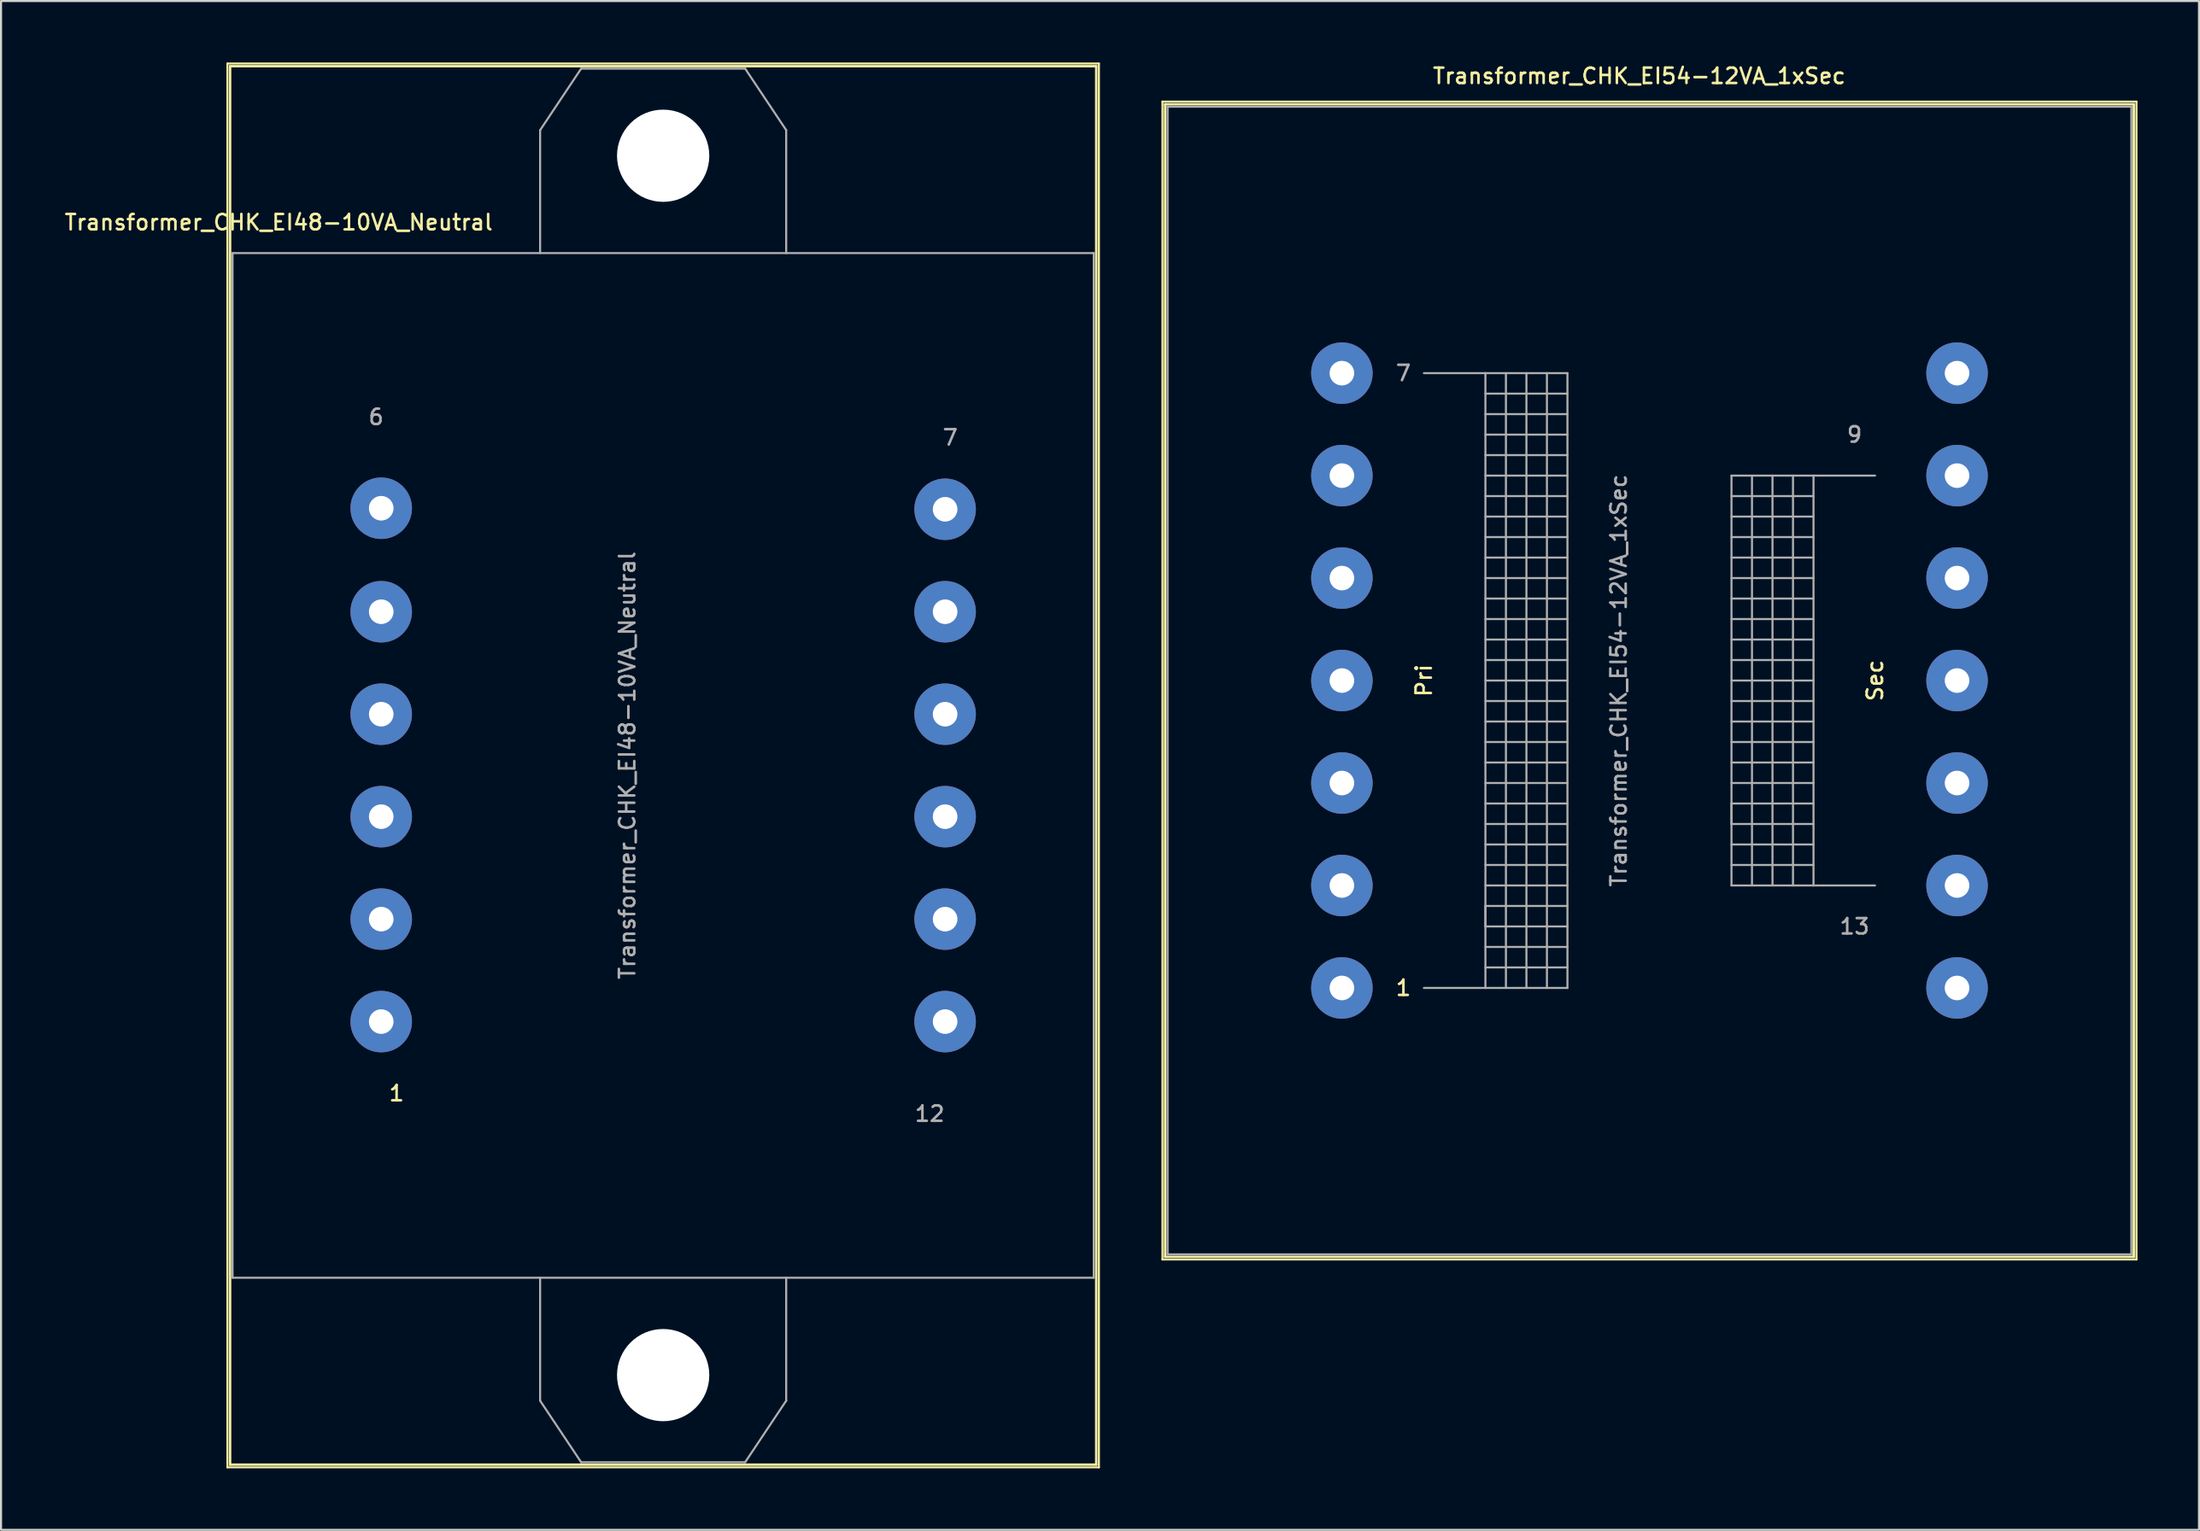
<source format=kicad_pcb>
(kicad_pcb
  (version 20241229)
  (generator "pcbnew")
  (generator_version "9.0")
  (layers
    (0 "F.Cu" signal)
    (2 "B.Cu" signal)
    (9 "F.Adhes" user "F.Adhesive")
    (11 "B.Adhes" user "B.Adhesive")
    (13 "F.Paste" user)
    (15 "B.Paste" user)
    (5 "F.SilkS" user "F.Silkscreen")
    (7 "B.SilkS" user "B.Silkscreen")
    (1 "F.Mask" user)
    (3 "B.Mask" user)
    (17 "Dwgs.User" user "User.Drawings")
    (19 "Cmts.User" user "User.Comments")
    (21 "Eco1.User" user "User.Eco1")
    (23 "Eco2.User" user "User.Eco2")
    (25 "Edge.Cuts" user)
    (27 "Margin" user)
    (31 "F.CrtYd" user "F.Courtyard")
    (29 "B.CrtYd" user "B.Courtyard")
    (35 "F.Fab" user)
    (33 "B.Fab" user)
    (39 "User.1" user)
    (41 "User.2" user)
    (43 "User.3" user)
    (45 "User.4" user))
  (footprint "Transformer_CHK_EI54-12VA_1xSec"
    (layer "F.Cu")
    (at 62.391 45.158)
    (property "Reference" "Transformer_CHK_EI54-12VA_1xSec" (at 14.5 -44.5 0) (layer "F.SilkS") (effects (font (size 0.75 0.75) (thickness 0.125))))
    (attr through_hole)
    (fp_line (start -8.75 -43.25) (end -8.75 13.25) (stroke (width 0.1) (type solid)) (layer "F.SilkS"))
    (fp_line (start -8.75 -43.25) (end 38.75 -43.25) (stroke (width 0.1) (type solid)) (layer "F.SilkS"))
    (fp_line (start -8.62 -43.12) (end -8.62 13.12) (stroke (width 0.12) (type solid)) (layer "F.SilkS"))
    (fp_line (start -8.62 -43.12) (end 38.62 -43.12) (stroke (width 0.12) (type solid)) (layer "F.SilkS"))
    (fp_line (start 38.62 13.12) (end -8.62 13.12) (stroke (width 0.12) (type solid)) (layer "F.SilkS"))
    (fp_line (start 38.62 13.12) (end 38.62 -43.12) (stroke (width 0.12) (type solid)) (layer "F.SilkS"))
    (fp_line (start 38.75 13.25) (end -8.75 13.25) (stroke (width 0.1) (type solid)) (layer "F.SilkS"))
    (fp_line (start 38.75 13.25) (end 38.75 -43.25) (stroke (width 0.1) (type solid)) (layer "F.SilkS"))
    (fp_line (start -8.5 -43) (end -8.5 13) (stroke (width 0.1) (type solid)) (layer "F.Fab"))
    (fp_line (start -8.5 13) (end 38.5 13) (stroke (width 0.1) (type solid)) (layer "F.Fab"))
    (fp_line (start 4 -30) (end 7 -30) (stroke (width 0.1) (type solid)) (layer "F.Fab"))
    (fp_line (start 7 -30) (end 7 0) (stroke (width 0.1) (type solid)) (layer "F.Fab"))
    (fp_line (start 7 -30) (end 11 -30) (stroke (width 0.1) (type solid)) (layer "F.Fab"))
    (fp_line (start 7 -29) (end 11 -29) (stroke (width 0.1) (type solid)) (layer "F.Fab"))
    (fp_line (start 7 -27) (end 11 -27) (stroke (width 0.1) (type solid)) (layer "F.Fab"))
    (fp_line (start 7 -25) (end 11 -25) (stroke (width 0.1) (type solid)) (layer "F.Fab"))
    (fp_line (start 7 -23) (end 11 -23) (stroke (width 0.1) (type solid)) (layer "F.Fab"))
    (fp_line (start 7 -21) (end 11 -21) (stroke (width 0.1) (type solid)) (layer "F.Fab"))
    (fp_line (start 7 -19) (end 11 -19) (stroke (width 0.1) (type solid)) (layer "F.Fab"))
    (fp_line (start 7 -17) (end 11 -17) (stroke (width 0.1) (type solid)) (layer "F.Fab"))
    (fp_line (start 7 -15) (end 11 -15) (stroke (width 0.1) (type solid)) (layer "F.Fab"))
    (fp_line (start 7 -13) (end 11 -13) (stroke (width 0.1) (type solid)) (layer "F.Fab"))
    (fp_line (start 7 -11) (end 11 -11) (stroke (width 0.1) (type solid)) (layer "F.Fab"))
    (fp_line (start 7 -9) (end 11 -9) (stroke (width 0.1) (type solid)) (layer "F.Fab"))
    (fp_line (start 7 -7) (end 11 -7) (stroke (width 0.1) (type solid)) (layer "F.Fab"))
    (fp_line (start 7 -5) (end 11 -5) (stroke (width 0.1) (type solid)) (layer "F.Fab"))
    (fp_line (start 7 -4) (end 7 -3) (stroke (width 0.1) (type solid)) (layer "F.Fab"))
    (fp_line (start 7 -3) (end 11 -3) (stroke (width 0.1) (type solid)) (layer "F.Fab"))
    (fp_line (start 7 -1) (end 11 -1) (stroke (width 0.1) (type solid)) (layer "F.Fab"))
    (fp_line (start 7 0) (end 4 0) (stroke (width 0.1) (type solid)) (layer "F.Fab"))
    (fp_line (start 8 -30) (end 8 0) (stroke (width 0.1) (type solid)) (layer "F.Fab"))
    (fp_line (start 9 -30) (end 9 0) (stroke (width 0.1) (type solid)) (layer "F.Fab"))
    (fp_line (start 10 -12) (end 7 -12) (stroke (width 0.1) (type solid)) (layer "F.Fab"))
    (fp_line (start 10 -12) (end 11 -12) (stroke (width 0.1) (type solid)) (layer "F.Fab"))
    (fp_line (start 10 0) (end 10 -30) (stroke (width 0.1) (type solid)) (layer "F.Fab"))
    (fp_line (start 11 -30) (end 11 0) (stroke (width 0.1) (type solid)) (layer "F.Fab"))
    (fp_line (start 11 -28) (end 7 -28) (stroke (width 0.1) (type solid)) (layer "F.Fab"))
    (fp_line (start 11 -26) (end 7 -26) (stroke (width 0.1) (type solid)) (layer "F.Fab"))
    (fp_line (start 11 -24) (end 7 -24) (stroke (width 0.1) (type solid)) (layer "F.Fab"))
    (fp_line (start 11 -22) (end 7 -22) (stroke (width 0.1) (type solid)) (layer "F.Fab"))
    (fp_line (start 11 -20) (end 7 -20) (stroke (width 0.1) (type solid)) (layer "F.Fab"))
    (fp_line (start 11 -18) (end 7 -18) (stroke (width 0.1) (type solid)) (layer "F.Fab"))
    (fp_line (start 11 -16) (end 7 -16) (stroke (width 0.1) (type solid)) (layer "F.Fab"))
    (fp_line (start 11 -14) (end 7 -14) (stroke (width 0.1) (type solid)) (layer "F.Fab"))
    (fp_line (start 11 -10) (end 7 -10) (stroke (width 0.1) (type solid)) (layer "F.Fab"))
    (fp_line (start 11 -8) (end 7 -8) (stroke (width 0.1) (type solid)) (layer "F.Fab"))
    (fp_line (start 11 -6) (end 7 -6) (stroke (width 0.1) (type solid)) (layer "F.Fab"))
    (fp_line (start 11 -4) (end 7 -4) (stroke (width 0.1) (type solid)) (layer "F.Fab"))
    (fp_line (start 11 -2) (end 7 -2) (stroke (width 0.1) (type solid)) (layer "F.Fab"))
    (fp_line (start 11 0) (end 7 0) (stroke (width 0.1) (type solid)) (layer "F.Fab"))
    (fp_line (start 19 -25) (end 19 -5) (stroke (width 0.1) (type solid)) (layer "F.Fab"))
    (fp_line (start 19 -24) (end 23 -24) (stroke (width 0.1) (type solid)) (layer "F.Fab"))
    (fp_line (start 19 -22) (end 23 -22) (stroke (width 0.1) (type solid)) (layer "F.Fab"))
    (fp_line (start 19 -20) (end 23 -20) (stroke (width 0.1) (type solid)) (layer "F.Fab"))
    (fp_line (start 19 -18) (end 23 -18) (stroke (width 0.1) (type solid)) (layer "F.Fab"))
    (fp_line (start 19 -16) (end 23 -16) (stroke (width 0.1) (type solid)) (layer "F.Fab"))
    (fp_line (start 19 -14) (end 23 -14) (stroke (width 0.1) (type solid)) (layer "F.Fab"))
    (fp_line (start 19 -12) (end 23 -12) (stroke (width 0.1) (type solid)) (layer "F.Fab"))
    (fp_line (start 19 -10) (end 23 -10) (stroke (width 0.1) (type solid)) (layer "F.Fab"))
    (fp_line (start 19 -9) (end 19 -8) (stroke (width 0.1) (type solid)) (layer "F.Fab"))
    (fp_line (start 19 -8) (end 23 -8) (stroke (width 0.1) (type solid)) (layer "F.Fab"))
    (fp_line (start 19 -6) (end 23 -6) (stroke (width 0.1) (type solid)) (layer "F.Fab"))
    (fp_line (start 19 -5) (end 23 -5) (stroke (width 0.1) (type solid)) (layer "F.Fab"))
    (fp_line (start 20 -5) (end 20 -25) (stroke (width 0.1) (type solid)) (layer "F.Fab"))
    (fp_line (start 21 -25) (end 21 -5) (stroke (width 0.1) (type solid)) (layer "F.Fab"))
    (fp_line (start 22 -5) (end 22 -25) (stroke (width 0.1) (type solid)) (layer "F.Fab"))
    (fp_line (start 23 -25) (end 19 -25) (stroke (width 0.1) (type solid)) (layer "F.Fab"))
    (fp_line (start 23 -25) (end 23 -5) (stroke (width 0.1) (type solid)) (layer "F.Fab"))
    (fp_line (start 23 -23) (end 19 -23) (stroke (width 0.1) (type solid)) (layer "F.Fab"))
    (fp_line (start 23 -21) (end 19 -21) (stroke (width 0.1) (type solid)) (layer "F.Fab"))
    (fp_line (start 23 -19) (end 19 -19) (stroke (width 0.1) (type solid)) (layer "F.Fab"))
    (fp_line (start 23 -17) (end 19 -17) (stroke (width 0.1) (type solid)) (layer "F.Fab"))
    (fp_line (start 23 -15) (end 19 -15) (stroke (width 0.1) (type solid)) (layer "F.Fab"))
    (fp_line (start 23 -13) (end 19 -13) (stroke (width 0.1) (type solid)) (layer "F.Fab"))
    (fp_line (start 23 -11) (end 19 -11) (stroke (width 0.1) (type solid)) (layer "F.Fab"))
    (fp_line (start 23 -9) (end 19 -9) (stroke (width 0.1) (type solid)) (layer "F.Fab"))
    (fp_line (start 23 -7) (end 19 -7) (stroke (width 0.1) (type solid)) (layer "F.Fab"))
    (fp_line (start 23 -5) (end 26 -5) (stroke (width 0.1) (type solid)) (layer "F.Fab"))
    (fp_line (start 26 -25) (end 23 -25) (stroke (width 0.1) (type solid)) (layer "F.Fab"))
    (fp_line (start 38.5 -43) (end -8.5 -43) (stroke (width 0.1) (type solid)) (layer "F.Fab"))
    (fp_line (start 38.5 13) (end 38.5 -43) (stroke (width 0.1) (type solid)) (layer "F.Fab"))
    (fp_text user "Pri" (at 4 -15 90) (layer "F.SilkS") (effects (font (size 0.75 0.75) (thickness 0.125))))
    (fp_text user "1" (at 3 0 0) (layer "F.SilkS") (effects (font (size 0.75 0.75) (thickness 0.125))))
    (fp_text user "Sec" (at 26 -15 90) (layer "F.SilkS") (effects (font (size 0.75 0.75) (thickness 0.125))))
    (fp_text user "${REFERENCE}" (at 13.5 -15 90) (layer "F.Fab") (effects (font (size 0.75 0.75) (thickness 0.125))))
    (fp_text user "9" (at 25 -27 0) (layer "F.Fab") (effects (font (size 0.75 0.75) (thickness 0.125))))
    (fp_text user "13" (at 25 -3 0) (layer "F.Fab") (effects (font (size 0.75 0.75) (thickness 0.125))))
    (fp_text user "7" (at 3 -30 0) (layer "F.Fab") (effects (font (size 0.75 0.75) (thickness 0.125))))
    (pad "1" thru_hole circle (at 0 0) (size 3 3) (drill 1.2) (layers "*.Cu" "*.Mask"))
    (pad "2" thru_hole circle (at 0 -5) (size 3 3) (drill 1.2) (layers "*.Cu" "*.Mask"))
    (pad "3" thru_hole circle (at 0 -10) (size 3 3) (drill 1.2) (layers "*.Cu" "*.Mask"))
    (pad "4" thru_hole circle (at 0 -15) (size 3 3) (drill 1.2) (layers "*.Cu" "*.Mask"))
    (pad "5" thru_hole circle (at 0 -20) (size 3 3) (drill 1.2) (layers "*.Cu" "*.Mask"))
    (pad "6" thru_hole circle (at 0 -25) (size 3 3) (drill 1.2) (layers "*.Cu" "*.Mask"))
    (pad "7" thru_hole circle (at 0 -30) (size 3 3) (drill 1.2) (layers "*.Cu" "*.Mask"))
    (pad "8" thru_hole circle (at 30 -30) (size 3 3) (drill 1.2) (layers "*.Cu" "*.Mask"))
    (pad "9" thru_hole circle (at 30 -25) (size 3 3) (drill 1.2) (layers "*.Cu" "*.Mask"))
    (pad "10" thru_hole circle (at 30 -20) (size 3 3) (drill 1.2) (layers "*.Cu" "*.Mask"))
    (pad "11" thru_hole circle (at 30 -15) (size 3 3) (drill 1.2) (layers "*.Cu" "*.Mask"))
    (pad "12" thru_hole circle (at 30 -10) (size 3 3) (drill 1.2) (layers "*.Cu" "*.Mask"))
    (pad "13" thru_hole circle (at 30 -5) (size 3 3) (drill 1.2) (layers "*.Cu" "*.Mask"))
    (pad "14" thru_hole circle (at 30 0) (size 3 3) (drill 1.2) (layers "*.Cu" "*.Mask")))
  (footprint "Transformer_CHK_EI48-10VA_Neutral"
    (layer "F.Cu")
    (at 15.541 46.8)
    (property "Reference" "Transformer_CHK_EI48-10VA_Neutral" (at -5 -39 0) (layer "F.SilkS") (effects (font (size 0.75 0.75) (thickness 0.125))))
    (attr through_hole)
    (fp_line (start -7.5 -46.75) (end -7.5 21.75) (stroke (width 0.1) (type solid)) (layer "F.SilkS"))
    (fp_line (start -7.5 -46.75) (end 35 -46.75) (stroke (width 0.1) (type solid)) (layer "F.SilkS"))
    (fp_line (start -7.37 -46.62) (end -7.37 21.62) (stroke (width 0.12) (type solid)) (layer "F.SilkS"))
    (fp_line (start -7.37 -46.62) (end 34.87 -46.62) (stroke (width 0.12) (type solid)) (layer "F.SilkS"))
    (fp_line (start 34.87 21.62) (end -7.37 21.62) (stroke (width 0.12) (type solid)) (layer "F.SilkS"))
    (fp_line (start 34.87 21.62) (end 34.87 -46.62) (stroke (width 0.12) (type solid)) (layer "F.SilkS"))
    (fp_line (start 35 21.75) (end -7.5 21.75) (stroke (width 0.1) (type solid)) (layer "F.SilkS"))
    (fp_line (start 35 21.75) (end 35 -46.75) (stroke (width 0.1) (type solid)) (layer "F.SilkS"))
    (fp_line (start -7.25 -37.5) (end -7.25 12.5) (stroke (width 0.1) (type solid)) (layer "F.Fab"))
    (fp_line (start -7.25 12.5) (end 34.75 12.5) (stroke (width 0.1) (type solid)) (layer "F.Fab"))
    (fp_line (start 7.75 -43.5) (end 7.75 -37.5) (stroke (width 0.1) (type solid)) (layer "F.Fab"))
    (fp_line (start 7.75 18.5) (end 7.75 12.5) (stroke (width 0.1) (type solid)) (layer "F.Fab"))
    (fp_line (start 9.75 -46.5) (end 7.75 -43.5) (stroke (width 0.1) (type solid)) (layer "F.Fab"))
    (fp_line (start 9.75 21.5) (end 7.75 18.5) (stroke (width 0.1) (type solid)) (layer "F.Fab"))
    (fp_line (start 17.75 -46.5) (end 9.75 -46.5) (stroke (width 0.1) (type solid)) (layer "F.Fab"))
    (fp_line (start 17.75 21.5) (end 9.75 21.5) (stroke (width 0.1) (type solid)) (layer "F.Fab"))
    (fp_line (start 19.75 -43.5) (end 17.75 -46.5) (stroke (width 0.1) (type solid)) (layer "F.Fab"))
    (fp_line (start 19.75 -37.5) (end 19.75 -43.5) (stroke (width 0.1) (type solid)) (layer "F.Fab"))
    (fp_line (start 19.75 12.5) (end 19.75 18.5) (stroke (width 0.1) (type solid)) (layer "F.Fab"))
    (fp_line (start 19.75 18.5) (end 17.75 21.5) (stroke (width 0.1) (type solid)) (layer "F.Fab"))
    (fp_line (start 34.75 -37.5) (end -7.25 -37.5) (stroke (width 0.1) (type solid)) (layer "F.Fab"))
    (fp_line (start 34.75 12.5) (end 34.75 -37.5) (stroke (width 0.1) (type solid)) (layer "F.Fab"))
    (fp_text user "1" (at 0.75 3.5 0) (layer "F.SilkS") (effects (font (size 0.75 0.75) (thickness 0.125))))
    (fp_text user "7" (at 27.75 -28.5 0) (layer "F.Fab") (effects (font (size 0.75 0.75) (thickness 0.125))))
    (fp_text user "${REFERENCE}" (at 12 -12.5 90) (layer "F.Fab") (effects (font (size 0.75 0.75) (thickness 0.125))))
    (fp_text user "12" (at 26.75 4.5 0) (layer "F.Fab") (effects (font (size 0.75 0.75) (thickness 0.125))))
    (fp_text user "6" (at -0.25 -29.5 0) (layer "F.Fab") (effects (font (size 0.75 0.75) (thickness 0.125))))
    (pad "" np_thru_hole circle (at 13.75 -42.25) (size 4.5 4.5) (drill 4.5) (layers "*.Cu" "*.Mask"))
    (pad "" np_thru_hole circle (at 13.75 17.25) (size 4.5 4.5) (drill 4.5) (layers "*.Cu" "*.Mask"))
    (pad "1" thru_hole circle (at 0 0) (size 3 3) (drill 1.2) (layers "*.Cu" "*.Mask"))
    (pad "2" thru_hole circle (at 0 -5) (size 3 3) (drill 1.2) (layers "*.Cu" "*.Mask"))
    (pad "3" thru_hole circle (at 0 -10) (size 3 3) (drill 1.2) (layers "*.Cu" "*.Mask"))
    (pad "4" thru_hole circle (at 0 -15) (size 3 3) (drill 1.2) (layers "*.Cu" "*.Mask"))
    (pad "5" thru_hole circle (at 0 -20) (size 3 3) (drill 1.2) (layers "*.Cu" "*.Mask"))
    (pad "6" thru_hole circle (at 0 -25.05) (size 3 3) (drill 1.2) (layers "*.Cu" "*.Mask"))
    (pad "7" thru_hole circle (at 27.5 -25) (size 3 3) (drill 1.2) (layers "*.Cu" "*.Mask"))
    (pad "8" thru_hole circle (at 27.5 -20) (size 3 3) (drill 1.2) (layers "*.Cu" "*.Mask"))
    (pad "9" thru_hole circle (at 27.5 -15) (size 3 3) (drill 1.2) (layers "*.Cu" "*.Mask"))
    (pad "10" thru_hole circle (at 27.5 -10) (size 3 3) (drill 1.2) (layers "*.Cu" "*.Mask"))
    (pad "11" thru_hole circle (at 27.5 -5) (size 3 3) (drill 1.2) (layers "*.Cu" "*.Mask"))
    (pad "12" thru_hole circle (at 27.5 0) (size 3 3) (drill 1.2) (layers "*.Cu" "*.Mask")))
  (gr_rect
    (start -3 -3)
    (end 104.191 71.6)
    (stroke (width 0.1) (type default))
    (fill no)
    (layer "Edge.Cuts")))
</source>
